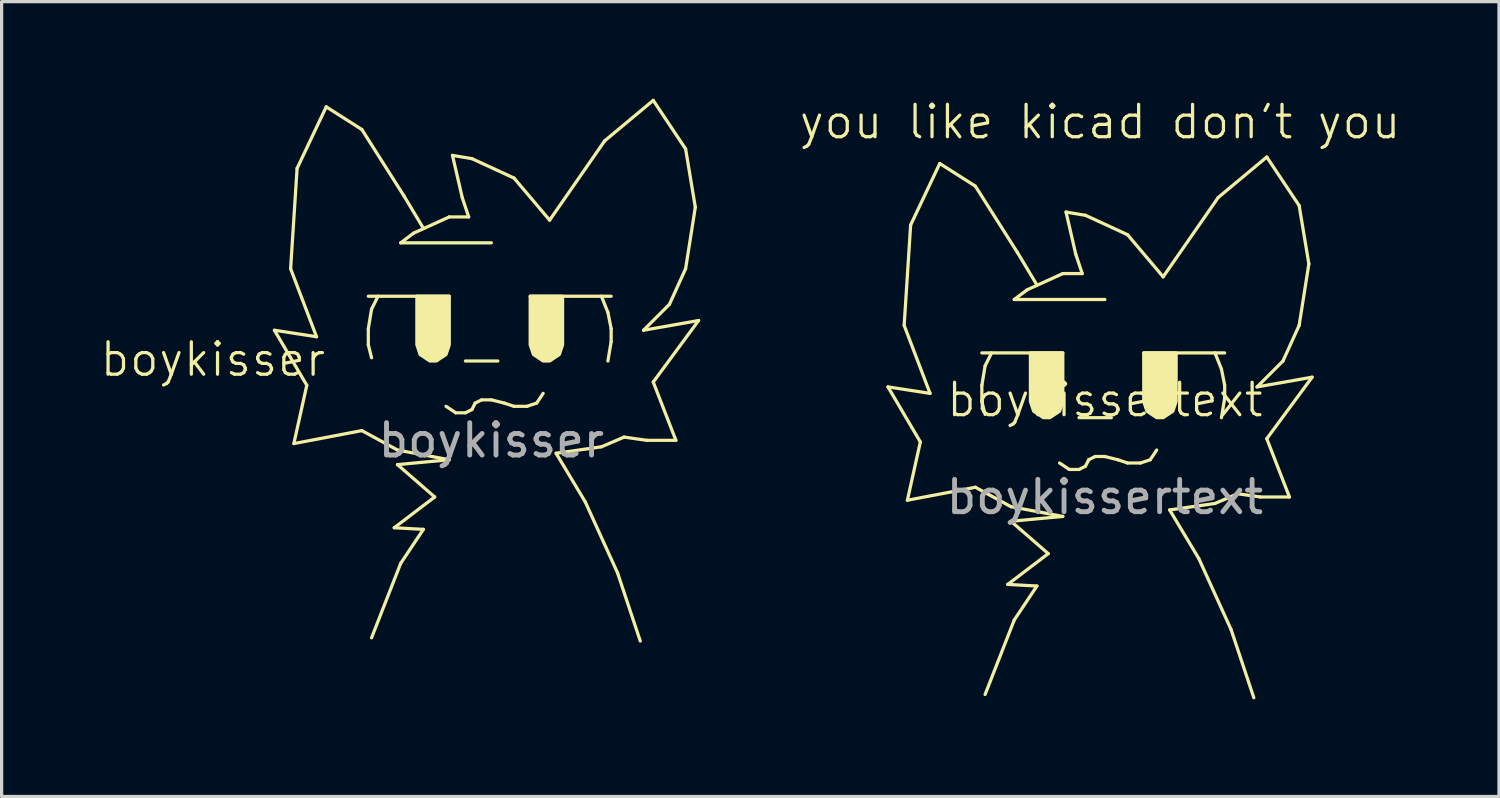
<source format=kicad_pcb>
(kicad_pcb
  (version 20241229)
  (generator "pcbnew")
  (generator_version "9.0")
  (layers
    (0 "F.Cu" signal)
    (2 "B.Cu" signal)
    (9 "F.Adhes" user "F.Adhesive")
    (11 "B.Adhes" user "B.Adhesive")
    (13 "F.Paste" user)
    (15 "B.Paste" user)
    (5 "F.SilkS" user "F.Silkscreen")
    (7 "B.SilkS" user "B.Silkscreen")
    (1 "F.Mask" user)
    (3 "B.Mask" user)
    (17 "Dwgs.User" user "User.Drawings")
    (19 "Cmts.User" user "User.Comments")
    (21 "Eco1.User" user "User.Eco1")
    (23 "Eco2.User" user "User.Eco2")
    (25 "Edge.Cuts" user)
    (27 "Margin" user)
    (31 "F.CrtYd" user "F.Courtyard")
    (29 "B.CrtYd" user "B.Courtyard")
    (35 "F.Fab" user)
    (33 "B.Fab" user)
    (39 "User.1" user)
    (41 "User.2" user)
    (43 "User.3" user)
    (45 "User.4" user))
  (footprint "boykisser"
    (layer "F.Cu")
    (at 12.126 8.05)
    (property "Reference" "boykisser" (at -8.6 0 0) (unlocked yes) (layer "F.SilkS") (effects (font (size 1 1) (thickness 0.1))))
    (fp_line (start -6.7 -0.9) (end -5.7 0.8) (stroke (width 0.1) (type default)) (layer "F.SilkS"))
    (fp_line (start -6.2 -2.8) (end -5.4 -0.7) (stroke (width 0.1) (type default)) (layer "F.SilkS"))
    (fp_line (start -6.1 2.6) (end -4 2.2) (stroke (width 0.1) (type default)) (layer "F.SilkS"))
    (fp_line (start -6 -5.9) (end -6.2 -2.8) (stroke (width 0.1) (type default)) (layer "F.SilkS"))
    (fp_line (start -5.7 0.8) (end -6.1 2.6) (stroke (width 0.1) (type default)) (layer "F.SilkS"))
    (fp_line (start -5.4 -0.7) (end -6.7 -0.9) (stroke (width 0.1) (type default)) (layer "F.SilkS"))
    (fp_line (start -5.1 -7.8) (end -6 -5.9) (stroke (width 0.1) (type default)) (layer "F.SilkS"))
    (fp_line (start -4 -7.1) (end -5.1 -7.8) (stroke (width 0.1) (type default)) (layer "F.SilkS"))
    (fp_line (start -4 2.2) (end -2.9 2.8) (stroke (width 0.1) (type default)) (layer "F.SilkS"))
    (fp_line (start -3.8 -0.95) (end -3.8 -0.45) (stroke (width 0.1) (type default)) (layer "F.SilkS"))
    (fp_line (start -3.8 -0.45) (end -3.7 -0.05) (stroke (width 0.1) (type default)) (layer "F.SilkS"))
    (fp_line (start -3.7 -1.55) (end -3.8 -0.95) (stroke (width 0.1) (type default)) (layer "F.SilkS"))
    (fp_line (start -3.5 -1.95) (end -3.7 -1.55) (stroke (width 0.1) (type default)) (layer "F.SilkS"))
    (fp_line (start -3 5.2) (end -2.1 5.25) (stroke (width 0.1) (type default)) (layer "F.SilkS"))
    (fp_line (start -2.9 2.8) (end -1.3 3.1) (stroke (width 0.1) (type default)) (layer "F.SilkS"))
    (fp_line (start -2.9 3.25) (end -1.75 4.25) (stroke (width 0.1) (type default)) (layer "F.SilkS"))
    (fp_line (start -2.9 3.25) (end -1.3 3.1) (stroke (width 0.1) (type default)) (layer "F.SilkS"))
    (fp_line (start -2.8 -3.6) (end 0 -3.6) (stroke (width 0.1) (type default)) (layer "F.SilkS"))
    (fp_line (start -2.8 6.3) (end -3.7 8.6) (stroke (width 0.1) (type default)) (layer "F.SilkS"))
    (fp_line (start -2.7 -5.05) (end -4 -7.1) (stroke (width 0.1) (type default)) (layer "F.SilkS"))
    (fp_line (start -2.4 -3.9) (end -2.8 -3.6) (stroke (width 0.1) (type default)) (layer "F.SilkS"))
    (fp_line (start -2.1 -4.05) (end -2.7 -5.05) (stroke (width 0.1) (type default)) (layer "F.SilkS"))
    (fp_line (start -2.1 5.25) (end -2.8 6.3) (stroke (width 0.1) (type default)) (layer "F.SilkS"))
    (fp_line (start -1.75 4.25) (end -3 5.2) (stroke (width 0.1) (type default)) (layer "F.SilkS"))
    (fp_line (start -1.3 -4.4) (end -2.4 -3.9) (stroke (width 0.1) (type default)) (layer "F.SilkS"))
    (fp_line (start -1.3 -1.95) (end -3.8 -1.95) (stroke (width 0.1) (type default)) (layer "F.SilkS"))
    (fp_line (start -1.2 -6.3) (end -0.9 -5) (stroke (width 0.1) (type default)) (layer "F.SilkS"))
    (fp_line (start -1.1 1.65) (end -1.4 1.45) (stroke (width 0.1) (type default)) (layer "F.SilkS"))
    (fp_line (start -0.9 -5) (end -0.7 -4.4) (stroke (width 0.1) (type default)) (layer "F.SilkS"))
    (fp_line (start -0.8 0.05) (end 0.2 0.05) (stroke (width 0.1) (type default)) (layer "F.SilkS"))
    (fp_line (start -0.8 1.65) (end -1.1 1.65) (stroke (width 0.1) (type default)) (layer "F.SilkS"))
    (fp_line (start -0.7 -4.4) (end -1.3 -4.4) (stroke (width 0.1) (type default)) (layer "F.SilkS"))
    (fp_line (start -0.6 -6.2) (end -1.2 -6.3) (stroke (width 0.1) (type default)) (layer "F.SilkS"))
    (fp_line (start -0.6 1.55) (end -0.8 1.65) (stroke (width 0.1) (type default)) (layer "F.SilkS"))
    (fp_line (start -0.5 1.35) (end -0.6 1.55) (stroke (width 0.1) (type default)) (layer "F.SilkS"))
    (fp_line (start -0.3 1.25) (end -0.5 1.35) (stroke (width 0.1) (type default)) (layer "F.SilkS"))
    (fp_line (start -0.3 1.25) (end 0 1.25) (stroke (width 0.1) (type default)) (layer "F.SilkS"))
    (fp_line (start 0 1.25) (end 0.4 1.35) (stroke (width 0.1) (type default)) (layer "F.SilkS"))
    (fp_line (start 0.4 1.35) (end 0.7 1.45) (stroke (width 0.1) (type default)) (layer "F.SilkS"))
    (fp_line (start 0.7 -5.6) (end -0.6 -6.2) (stroke (width 0.1) (type default)) (layer "F.SilkS"))
    (fp_line (start 0.7 1.45) (end 1.1 1.45) (stroke (width 0.1) (type default)) (layer "F.SilkS"))
    (fp_line (start 1.1 1.45) (end 1.4 1.35) (stroke (width 0.1) (type default)) (layer "F.SilkS"))
    (fp_line (start 1.2 -1.95) (end 3.7 -1.95) (stroke (width 0.1) (type default)) (layer "F.SilkS"))
    (fp_line (start 1.4 1.35) (end 1.6 1.05) (stroke (width 0.1) (type default)) (layer "F.SilkS"))
    (fp_line (start 1.8 -4.3) (end 0.7 -5.6) (stroke (width 0.1) (type default)) (layer "F.SilkS"))
    (fp_line (start 2 2.9) (end 2.9 4.4) (stroke (width 0.1) (type default)) (layer "F.SilkS"))
    (fp_line (start 2 2.9) (end 3.4 2.7) (stroke (width 0.1) (type default)) (layer "F.SilkS"))
    (fp_line (start 2.9 4.4) (end 3.9 6.6) (stroke (width 0.1) (type default)) (layer "F.SilkS"))
    (fp_line (start 3.4 -1.95) (end 3.6 -1.45) (stroke (width 0.1) (type default)) (layer "F.SilkS"))
    (fp_line (start 3.4 2.7) (end 4.1 2.4) (stroke (width 0.1) (type default)) (layer "F.SilkS"))
    (fp_line (start 3.5 -6.75) (end 1.8 -4.3) (stroke (width 0.1) (type default)) (layer "F.SilkS"))
    (fp_line (start 3.6 -1.45) (end 3.7 -0.95) (stroke (width 0.1) (type default)) (layer "F.SilkS"))
    (fp_line (start 3.7 -0.95) (end 3.7 -0.55) (stroke (width 0.1) (type default)) (layer "F.SilkS"))
    (fp_line (start 3.7 -0.55) (end 3.6 0.05) (stroke (width 0.1) (type default)) (layer "F.SilkS"))
    (fp_line (start 3.9 6.6) (end 4.6 8.7) (stroke (width 0.1) (type default)) (layer "F.SilkS"))
    (fp_line (start 4.1 2.4) (end 4.8 2.5) (stroke (width 0.1) (type default)) (layer "F.SilkS"))
    (fp_line (start 4.7 -0.9) (end 5.5 -1.7) (stroke (width 0.1) (type default)) (layer "F.SilkS"))
    (fp_line (start 4.8 2.5) (end 5.7 2.5) (stroke (width 0.1) (type default)) (layer "F.SilkS"))
    (fp_line (start 5 -8) (end 3.5 -6.75) (stroke (width 0.1) (type default)) (layer "F.SilkS"))
    (fp_line (start 5 0.7) (end 6.4 -1.2) (stroke (width 0.1) (type default)) (layer "F.SilkS"))
    (fp_line (start 5.5 -1.7) (end 6 -2.8) (stroke (width 0.1) (type default)) (layer "F.SilkS"))
    (fp_line (start 5.7 2.5) (end 5 0.7) (stroke (width 0.1) (type default)) (layer "F.SilkS"))
    (fp_line (start 6 -6.5) (end 5 -8) (stroke (width 0.1) (type default)) (layer "F.SilkS"))
    (fp_line (start 6 -2.8) (end 6.3 -4.7) (stroke (width 0.1) (type default)) (layer "F.SilkS"))
    (fp_line (start 6.3 -4.7) (end 6 -6.5) (stroke (width 0.1) (type default)) (layer "F.SilkS"))
    (fp_line (start 6.4 -1.2) (end 4.7 -0.9) (stroke (width 0.1) (type default)) (layer "F.SilkS"))
    (fp_poly (pts (xy -2.3 -1.95) (xy -2.3 -0.45) (xy -2.2 -0.15) (xy -1.9 0.05) (xy -1.7 0.05) (xy -1.4 -0.15) (xy -1.3 -0.45) (xy -1.3 -1.95)) (stroke (width 0.1) (type solid)) (fill yes) (layer "F.SilkS"))
    (fp_poly (pts (xy 1.2 -1.95) (xy 1.2 -0.45) (xy 1.3 -0.15) (xy 1.6 0.05) (xy 1.8 0.05) (xy 2.1 -0.15) (xy 2.2 -0.45) (xy 2.2 -1.95)) (stroke (width 0.1) (type solid)) (fill yes) (layer "F.SilkS"))
    (fp_text user "${REFERENCE}" (at 0 2.5 0) (unlocked yes) (layer "F.Fab") (effects (font (size 1 1) (thickness 0.15)))))
  (footprint "boykissertext"
    (layer "F.Cu")
    (at 31.076 9.8)
    (property "Reference" "boykissertext" (at 0 -0.5 0) (unlocked yes) (layer "F.SilkS") (effects (font (size 1 1) (thickness 0.1))))
    (fp_line (start -6.7 -0.9) (end -5.7 0.8) (stroke (width 0.1) (type default)) (layer "F.SilkS"))
    (fp_line (start -6.2 -2.8) (end -5.4 -0.7) (stroke (width 0.1) (type default)) (layer "F.SilkS"))
    (fp_line (start -6.1 2.6) (end -4 2.2) (stroke (width 0.1) (type default)) (layer "F.SilkS"))
    (fp_line (start -6 -5.9) (end -6.2 -2.8) (stroke (width 0.1) (type default)) (layer "F.SilkS"))
    (fp_line (start -5.7 0.8) (end -6.1 2.6) (stroke (width 0.1) (type default)) (layer "F.SilkS"))
    (fp_line (start -5.4 -0.7) (end -6.7 -0.9) (stroke (width 0.1) (type default)) (layer "F.SilkS"))
    (fp_line (start -5.1 -7.8) (end -6 -5.9) (stroke (width 0.1) (type default)) (layer "F.SilkS"))
    (fp_line (start -4 -7.1) (end -5.1 -7.8) (stroke (width 0.1) (type default)) (layer "F.SilkS"))
    (fp_line (start -4 2.2) (end -2.9 2.8) (stroke (width 0.1) (type default)) (layer "F.SilkS"))
    (fp_line (start -3.8 -0.95) (end -3.8 -0.45) (stroke (width 0.1) (type default)) (layer "F.SilkS"))
    (fp_line (start -3.8 -0.45) (end -3.7 -0.05) (stroke (width 0.1) (type default)) (layer "F.SilkS"))
    (fp_line (start -3.7 -1.55) (end -3.8 -0.95) (stroke (width 0.1) (type default)) (layer "F.SilkS"))
    (fp_line (start -3.5 -1.95) (end -3.7 -1.55) (stroke (width 0.1) (type default)) (layer "F.SilkS"))
    (fp_line (start -3 5.2) (end -2.1 5.25) (stroke (width 0.1) (type default)) (layer "F.SilkS"))
    (fp_line (start -2.9 2.8) (end -1.3 3.1) (stroke (width 0.1) (type default)) (layer "F.SilkS"))
    (fp_line (start -2.9 3.25) (end -1.75 4.25) (stroke (width 0.1) (type default)) (layer "F.SilkS"))
    (fp_line (start -2.9 3.25) (end -1.3 3.1) (stroke (width 0.1) (type default)) (layer "F.SilkS"))
    (fp_line (start -2.8 -3.6) (end 0 -3.6) (stroke (width 0.1) (type default)) (layer "F.SilkS"))
    (fp_line (start -2.8 6.3) (end -3.7 8.6) (stroke (width 0.1) (type default)) (layer "F.SilkS"))
    (fp_line (start -2.7 -5.05) (end -4 -7.1) (stroke (width 0.1) (type default)) (layer "F.SilkS"))
    (fp_line (start -2.4 -3.9) (end -2.8 -3.6) (stroke (width 0.1) (type default)) (layer "F.SilkS"))
    (fp_line (start -2.1 -4.05) (end -2.7 -5.05) (stroke (width 0.1) (type default)) (layer "F.SilkS"))
    (fp_line (start -2.1 5.25) (end -2.8 6.3) (stroke (width 0.1) (type default)) (layer "F.SilkS"))
    (fp_line (start -1.75 4.25) (end -3 5.2) (stroke (width 0.1) (type default)) (layer "F.SilkS"))
    (fp_line (start -1.3 -4.4) (end -2.4 -3.9) (stroke (width 0.1) (type default)) (layer "F.SilkS"))
    (fp_line (start -1.3 -1.95) (end -3.8 -1.95) (stroke (width 0.1) (type default)) (layer "F.SilkS"))
    (fp_line (start -1.2 -6.3) (end -0.9 -5) (stroke (width 0.1) (type default)) (layer "F.SilkS"))
    (fp_line (start -1.1 1.65) (end -1.4 1.45) (stroke (width 0.1) (type default)) (layer "F.SilkS"))
    (fp_line (start -0.9 -5) (end -0.7 -4.4) (stroke (width 0.1) (type default)) (layer "F.SilkS"))
    (fp_line (start -0.8 0.05) (end 0.2 0.05) (stroke (width 0.1) (type default)) (layer "F.SilkS"))
    (fp_line (start -0.8 1.65) (end -1.1 1.65) (stroke (width 0.1) (type default)) (layer "F.SilkS"))
    (fp_line (start -0.7 -4.4) (end -1.3 -4.4) (stroke (width 0.1) (type default)) (layer "F.SilkS"))
    (fp_line (start -0.6 -6.2) (end -1.2 -6.3) (stroke (width 0.1) (type default)) (layer "F.SilkS"))
    (fp_line (start -0.6 1.55) (end -0.8 1.65) (stroke (width 0.1) (type default)) (layer "F.SilkS"))
    (fp_line (start -0.5 1.35) (end -0.6 1.55) (stroke (width 0.1) (type default)) (layer "F.SilkS"))
    (fp_line (start -0.3 1.25) (end -0.5 1.35) (stroke (width 0.1) (type default)) (layer "F.SilkS"))
    (fp_line (start -0.3 1.25) (end 0 1.25) (stroke (width 0.1) (type default)) (layer "F.SilkS"))
    (fp_line (start 0 1.25) (end 0.4 1.35) (stroke (width 0.1) (type default)) (layer "F.SilkS"))
    (fp_line (start 0.4 1.35) (end 0.7 1.45) (stroke (width 0.1) (type default)) (layer "F.SilkS"))
    (fp_line (start 0.7 -5.6) (end -0.6 -6.2) (stroke (width 0.1) (type default)) (layer "F.SilkS"))
    (fp_line (start 0.7 1.45) (end 1.1 1.45) (stroke (width 0.1) (type default)) (layer "F.SilkS"))
    (fp_line (start 1.1 1.45) (end 1.4 1.35) (stroke (width 0.1) (type default)) (layer "F.SilkS"))
    (fp_line (start 1.2 -1.95) (end 3.7 -1.95) (stroke (width 0.1) (type default)) (layer "F.SilkS"))
    (fp_line (start 1.4 1.35) (end 1.6 1.05) (stroke (width 0.1) (type default)) (layer "F.SilkS"))
    (fp_line (start 1.8 -4.3) (end 0.7 -5.6) (stroke (width 0.1) (type default)) (layer "F.SilkS"))
    (fp_line (start 2 2.9) (end 2.9 4.4) (stroke (width 0.1) (type default)) (layer "F.SilkS"))
    (fp_line (start 2 2.9) (end 3.4 2.7) (stroke (width 0.1) (type default)) (layer "F.SilkS"))
    (fp_line (start 2.9 4.4) (end 3.9 6.6) (stroke (width 0.1) (type default)) (layer "F.SilkS"))
    (fp_line (start 3.4 -1.95) (end 3.6 -1.45) (stroke (width 0.1) (type default)) (layer "F.SilkS"))
    (fp_line (start 3.4 2.7) (end 4.1 2.4) (stroke (width 0.1) (type default)) (layer "F.SilkS"))
    (fp_line (start 3.5 -6.75) (end 1.8 -4.3) (stroke (width 0.1) (type default)) (layer "F.SilkS"))
    (fp_line (start 3.6 -1.45) (end 3.7 -0.95) (stroke (width 0.1) (type default)) (layer "F.SilkS"))
    (fp_line (start 3.7 -0.95) (end 3.7 -0.55) (stroke (width 0.1) (type default)) (layer "F.SilkS"))
    (fp_line (start 3.7 -0.55) (end 3.6 0.05) (stroke (width 0.1) (type default)) (layer "F.SilkS"))
    (fp_line (start 3.9 6.6) (end 4.6 8.7) (stroke (width 0.1) (type default)) (layer "F.SilkS"))
    (fp_line (start 4.1 2.4) (end 4.8 2.5) (stroke (width 0.1) (type default)) (layer "F.SilkS"))
    (fp_line (start 4.7 -0.9) (end 5.5 -1.7) (stroke (width 0.1) (type default)) (layer "F.SilkS"))
    (fp_line (start 4.8 2.5) (end 5.7 2.5) (stroke (width 0.1) (type default)) (layer "F.SilkS"))
    (fp_line (start 5 -8) (end 3.5 -6.75) (stroke (width 0.1) (type default)) (layer "F.SilkS"))
    (fp_line (start 5 0.7) (end 6.4 -1.2) (stroke (width 0.1) (type default)) (layer "F.SilkS"))
    (fp_line (start 5.5 -1.7) (end 6 -2.8) (stroke (width 0.1) (type default)) (layer "F.SilkS"))
    (fp_line (start 5.7 2.5) (end 5 0.7) (stroke (width 0.1) (type default)) (layer "F.SilkS"))
    (fp_line (start 6 -6.5) (end 5 -8) (stroke (width 0.1) (type default)) (layer "F.SilkS"))
    (fp_line (start 6 -2.8) (end 6.3 -4.7) (stroke (width 0.1) (type default)) (layer "F.SilkS"))
    (fp_line (start 6.3 -4.7) (end 6 -6.5) (stroke (width 0.1) (type default)) (layer "F.SilkS"))
    (fp_line (start 6.4 -1.2) (end 4.7 -0.9) (stroke (width 0.1) (type default)) (layer "F.SilkS"))
    (fp_poly (pts (xy -2.3 -1.95) (xy -2.3 -0.45) (xy -2.2 -0.15) (xy -1.9 0.05) (xy -1.7 0.05) (xy -1.4 -0.15) (xy -1.3 -0.45) (xy -1.3 -1.95)) (stroke (width 0.1) (type solid)) (fill yes) (layer "F.SilkS"))
    (fp_poly (pts (xy 1.2 -1.95) (xy 1.2 -0.45) (xy 1.3 -0.15) (xy 1.6 0.05) (xy 1.8 0.05) (xy 2.1 -0.15) (xy 2.2 -0.45) (xy 2.2 -1.95)) (stroke (width 0.1) (type solid)) (fill yes) (layer "F.SilkS"))
    (fp_text user "you like kicad don't you" (at -9.5 -8.5 0) (unlocked yes) (layer "F.SilkS") (effects (font (size 1 1) (thickness 0.1)) (justify left bottom)))
    (fp_text user "${REFERENCE}" (at 0 2.5 0) (unlocked yes) (layer "F.Fab") (effects (font (size 1 1) (thickness 0.15)))))
  (gr_rect
    (start -3 -3)
    (end 43.248 21.55)
    (stroke (width 0.1) (type default))
    (fill no)
    (layer "Edge.Cuts")))
</source>
